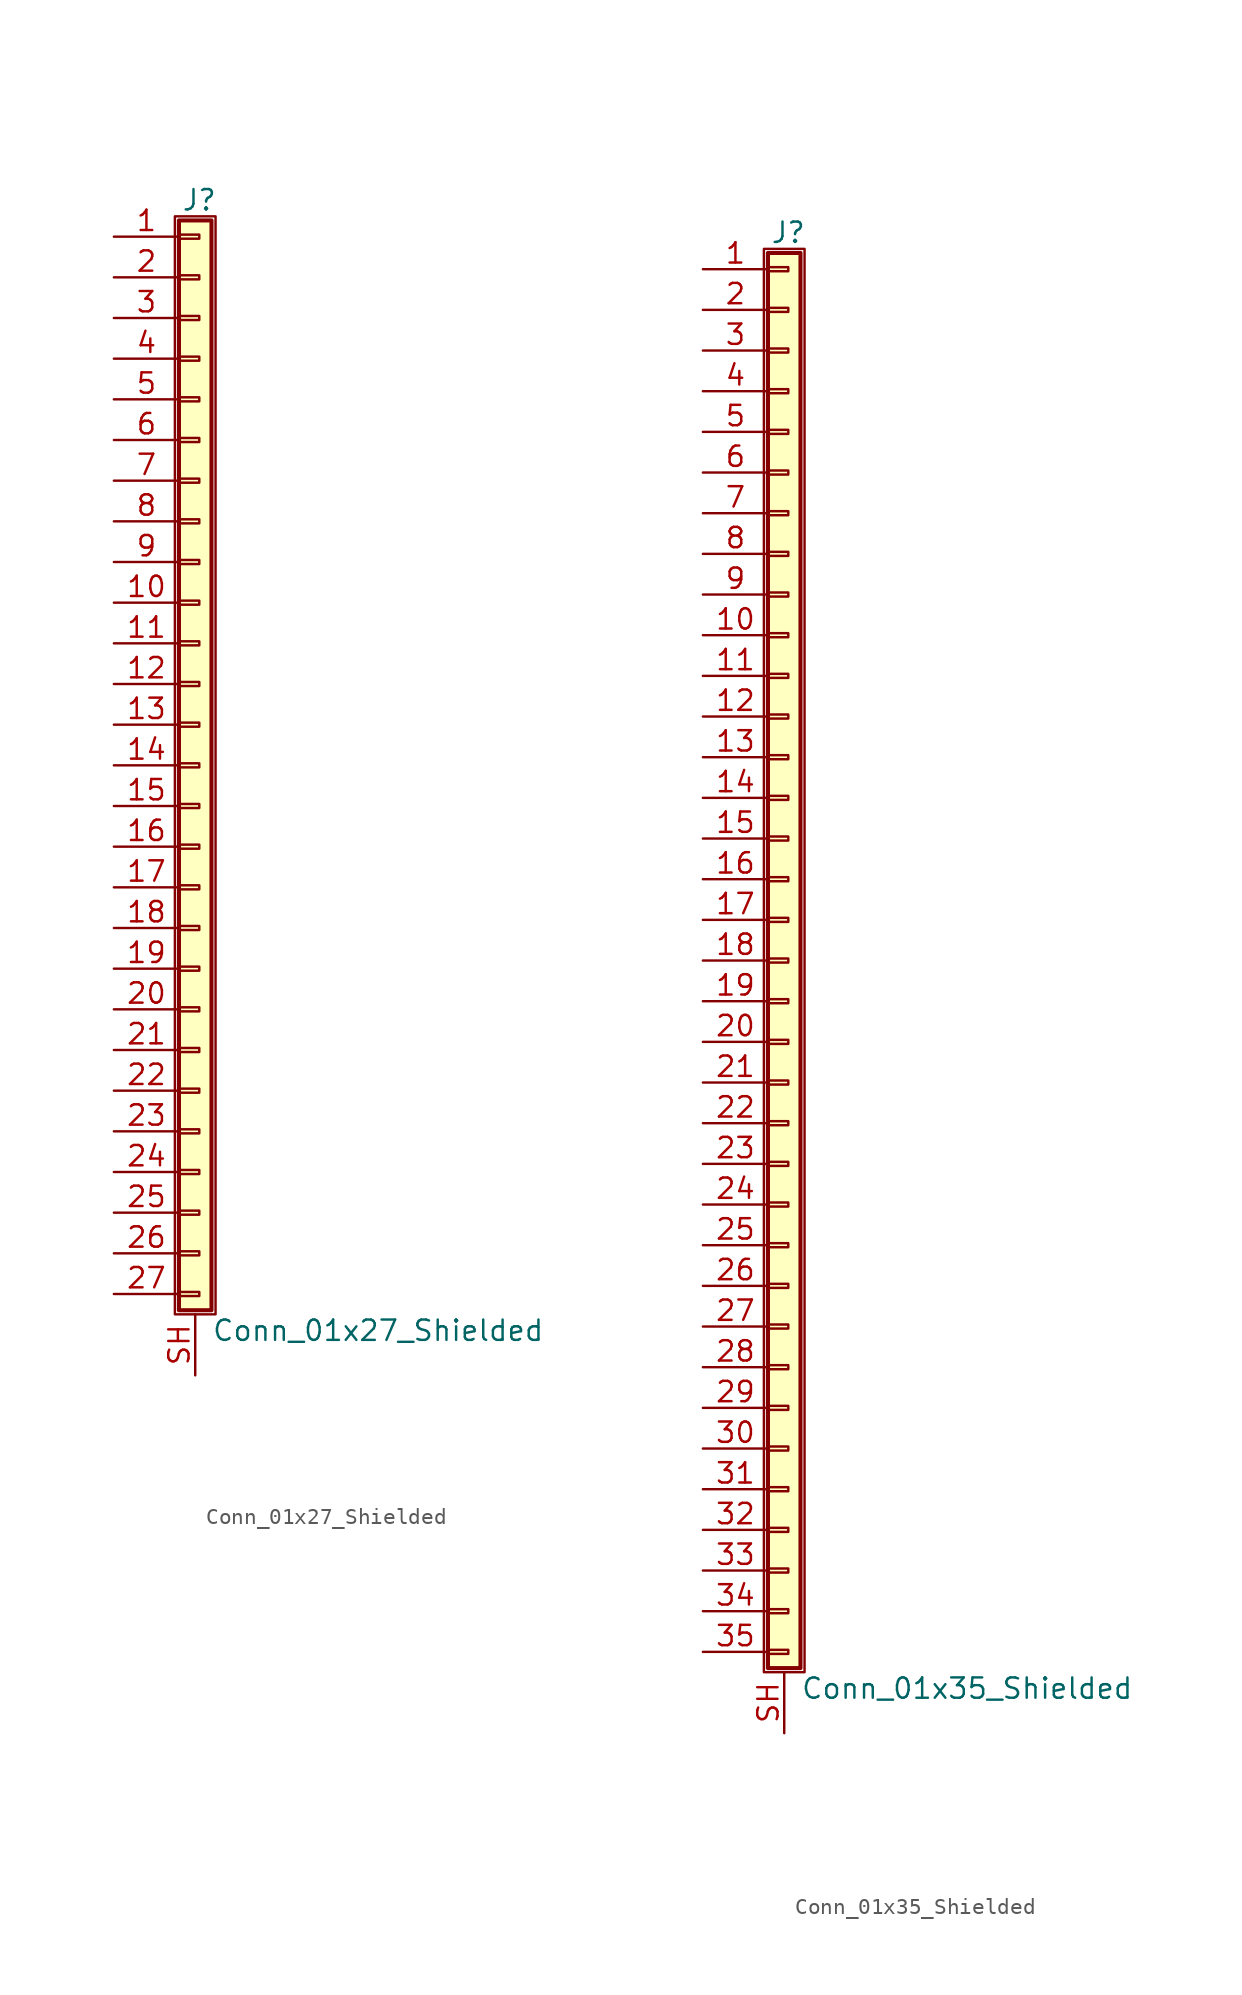
<source format=kicad_sym>
(kicad_symbol_lib
  (version 20211014)
  (generator kicad_symbol_editor)
  (symbol "Conn_01x27_Shielded"
    (pin_names
      (offset 1.016) hide)
    (property "Reference" "J"
      (at 0.254 35.306 0)
      (effects (font (size 1.27 1.27))))
    (property "Value" "Conn_01x27_Shielded"
      (at 1.016 -35.306 0)
      (effects (font (size 1.27 1.27)) (justify left)))
    (symbol "Conn_01x27_Shielded_1_1"
      (rectangle (start -1.27 34.29) (end 1.27 -34.29) (stroke (width 0.152) (type default) (color 0 0 0 0)) (fill (type none)))
      (rectangle (start -1.016 -32.893) (end 0.254 -33.147) (stroke (width 0.152) (type default) (color 0 0 0 0)) (fill (type none)))
      (rectangle (start -1.016 -30.353) (end 0.254 -30.607) (stroke (width 0.152) (type default) (color 0 0 0 0)) (fill (type none)))
      (rectangle (start -1.016 -27.813) (end 0.254 -28.067) (stroke (width 0.152) (type default) (color 0 0 0 0)) (fill (type none)))
      (rectangle (start -1.016 -25.273) (end 0.254 -25.527) (stroke (width 0.152) (type default) (color 0 0 0 0)) (fill (type none)))
      (rectangle (start -1.016 -22.733) (end 0.254 -22.987) (stroke (width 0.152) (type default) (color 0 0 0 0)) (fill (type none)))
      (rectangle (start -1.016 -20.193) (end 0.254 -20.447) (stroke (width 0.152) (type default) (color 0 0 0 0)) (fill (type none)))
      (rectangle (start -1.016 -17.653) (end 0.254 -17.907) (stroke (width 0.152) (type default) (color 0 0 0 0)) (fill (type none)))
      (rectangle (start -1.016 -15.113) (end 0.254 -15.367) (stroke (width 0.152) (type default) (color 0 0 0 0)) (fill (type none)))
      (rectangle (start -1.016 -12.573) (end 0.254 -12.827) (stroke (width 0.152) (type default) (color 0 0 0 0)) (fill (type none)))
      (rectangle (start -1.016 -10.033) (end 0.254 -10.287) (stroke (width 0.152) (type default) (color 0 0 0 0)) (fill (type none)))
      (rectangle (start -1.016 -7.493) (end 0.254 -7.747) (stroke (width 0.152) (type default) (color 0 0 0 0)) (fill (type none)))
      (rectangle (start -1.016 -4.953) (end 0.254 -5.207) (stroke (width 0.152) (type default) (color 0 0 0 0)) (fill (type none)))
      (rectangle (start -1.016 -2.413) (end 0.254 -2.667) (stroke (width 0.152) (type default) (color 0 0 0 0)) (fill (type none)))
      (rectangle (start -1.016 0.127) (end 0.254 -0.127) (stroke (width 0.152) (type default) (color 0 0 0 0)) (fill (type none)))
      (rectangle (start -1.016 2.667) (end 0.254 2.413) (stroke (width 0.152) (type default) (color 0 0 0 0)) (fill (type none)))
      (rectangle (start -1.016 5.207) (end 0.254 4.953) (stroke (width 0.152) (type default) (color 0 0 0 0)) (fill (type none)))
      (rectangle (start -1.016 7.747) (end 0.254 7.493) (stroke (width 0.152) (type default) (color 0 0 0 0)) (fill (type none)))
      (rectangle (start -1.016 10.287) (end 0.254 10.033) (stroke (width 0.152) (type default) (color 0 0 0 0)) (fill (type none)))
      (rectangle (start -1.016 12.827) (end 0.254 12.573) (stroke (width 0.152) (type default) (color 0 0 0 0)) (fill (type none)))
      (rectangle (start -1.016 15.367) (end 0.254 15.113) (stroke (width 0.152) (type default) (color 0 0 0 0)) (fill (type none)))
      (rectangle (start -1.016 17.907) (end 0.254 17.653) (stroke (width 0.152) (type default) (color 0 0 0 0)) (fill (type none)))
      (rectangle (start -1.016 20.447) (end 0.254 20.193) (stroke (width 0.152) (type default) (color 0 0 0 0)) (fill (type none)))
      (rectangle (start -1.016 22.987) (end 0.254 22.733) (stroke (width 0.152) (type default) (color 0 0 0 0)) (fill (type none)))
      (rectangle (start -1.016 25.527) (end 0.254 25.273) (stroke (width 0.152) (type default) (color 0 0 0 0)) (fill (type none)))
      (rectangle (start -1.016 28.067) (end 0.254 27.813) (stroke (width 0.152) (type default) (color 0 0 0 0)) (fill (type none)))
      (rectangle (start -1.016 30.607) (end 0.254 30.353) (stroke (width 0.152) (type default) (color 0 0 0 0)) (fill (type none)))
      (rectangle (start -1.016 33.147) (end 0.254 32.893) (stroke (width 0.152) (type default) (color 0 0 0 0)) (fill (type none)))
      (rectangle (start -1.016 34.036) (end 1.016 -34.036) (stroke (width 0.254) (type default) (color 0 0 0 0)) (fill (type background)))
      (pin passive line (at -5.08 33.02 0) (length 4.064) (name "Pin_1" (effects (font (size 1.27 1.27)))) (number "1" (effects (font (size 1.27 1.27)))))
      (pin passive line (at -5.08 10.16 0) (length 4.064) (name "Pin_10" (effects (font (size 1.27 1.27)))) (number "10" (effects (font (size 1.27 1.27)))))
      (pin passive line (at -5.08 7.62 0) (length 4.064) (name "Pin_11" (effects (font (size 1.27 1.27)))) (number "11" (effects (font (size 1.27 1.27)))))
      (pin passive line (at -5.08 5.08 0) (length 4.064) (name "Pin_12" (effects (font (size 1.27 1.27)))) (number "12" (effects (font (size 1.27 1.27)))))
      (pin passive line (at -5.08 2.54 0) (length 4.064) (name "Pin_13" (effects (font (size 1.27 1.27)))) (number "13" (effects (font (size 1.27 1.27)))))
      (pin passive line (at -5.08 0 0) (length 4.064) (name "Pin_14" (effects (font (size 1.27 1.27)))) (number "14" (effects (font (size 1.27 1.27)))))
      (pin passive line (at -5.08 -2.54 0) (length 4.064) (name "Pin_15" (effects (font (size 1.27 1.27)))) (number "15" (effects (font (size 1.27 1.27)))))
      (pin passive line (at -5.08 -5.08 0) (length 4.064) (name "Pin_16" (effects (font (size 1.27 1.27)))) (number "16" (effects (font (size 1.27 1.27)))))
      (pin passive line (at -5.08 -7.62 0) (length 4.064) (name "Pin_17" (effects (font (size 1.27 1.27)))) (number "17" (effects (font (size 1.27 1.27)))))
      (pin passive line (at -5.08 -10.16 0) (length 4.064) (name "Pin_18" (effects (font (size 1.27 1.27)))) (number "18" (effects (font (size 1.27 1.27)))))
      (pin passive line (at -5.08 -12.7 0) (length 4.064) (name "Pin_19" (effects (font (size 1.27 1.27)))) (number "19" (effects (font (size 1.27 1.27)))))
      (pin passive line (at -5.08 30.48 0) (length 4.064) (name "Pin_2" (effects (font (size 1.27 1.27)))) (number "2" (effects (font (size 1.27 1.27)))))
      (pin passive line (at -5.08 -15.24 0) (length 4.064) (name "Pin_20" (effects (font (size 1.27 1.27)))) (number "20" (effects (font (size 1.27 1.27)))))
      (pin passive line (at -5.08 -17.78 0) (length 4.064) (name "Pin_21" (effects (font (size 1.27 1.27)))) (number "21" (effects (font (size 1.27 1.27)))))
      (pin passive line (at -5.08 -20.32 0) (length 4.064) (name "Pin_22" (effects (font (size 1.27 1.27)))) (number "22" (effects (font (size 1.27 1.27)))))
      (pin passive line (at -5.08 -22.86 0) (length 4.064) (name "Pin_23" (effects (font (size 1.27 1.27)))) (number "23" (effects (font (size 1.27 1.27)))))
      (pin passive line (at -5.08 -25.4 0) (length 4.064) (name "Pin_24" (effects (font (size 1.27 1.27)))) (number "24" (effects (font (size 1.27 1.27)))))
      (pin passive line (at -5.08 -27.94 0) (length 4.064) (name "Pin_25" (effects (font (size 1.27 1.27)))) (number "25" (effects (font (size 1.27 1.27)))))
      (pin passive line (at -5.08 -30.48 0) (length 4.064) (name "Pin_26" (effects (font (size 1.27 1.27)))) (number "26" (effects (font (size 1.27 1.27)))))
      (pin passive line (at -5.08 -33.02 0) (length 4.064) (name "Pin_27" (effects (font (size 1.27 1.27)))) (number "27" (effects (font (size 1.27 1.27)))))
      (pin passive line (at -5.08 27.94 0) (length 4.064) (name "Pin_3" (effects (font (size 1.27 1.27)))) (number "3" (effects (font (size 1.27 1.27)))))
      (pin passive line (at -5.08 25.4 0) (length 4.064) (name "Pin_4" (effects (font (size 1.27 1.27)))) (number "4" (effects (font (size 1.27 1.27)))))
      (pin passive line (at -5.08 22.86 0) (length 4.064) (name "Pin_5" (effects (font (size 1.27 1.27)))) (number "5" (effects (font (size 1.27 1.27)))))
      (pin passive line (at -5.08 20.32 0) (length 4.064) (name "Pin_6" (effects (font (size 1.27 1.27)))) (number "6" (effects (font (size 1.27 1.27)))))
      (pin passive line (at -5.08 17.78 0) (length 4.064) (name "Pin_7" (effects (font (size 1.27 1.27)))) (number "7" (effects (font (size 1.27 1.27)))))
      (pin passive line (at -5.08 15.24 0) (length 4.064) (name "Pin_8" (effects (font (size 1.27 1.27)))) (number "8" (effects (font (size 1.27 1.27)))))
      (pin passive line (at -5.08 12.7 0) (length 4.064) (name "Pin_9" (effects (font (size 1.27 1.27)))) (number "9" (effects (font (size 1.27 1.27)))))
      (pin passive line (at 0 -38.1 90) (length 3.81) (name "Shield" (effects (font (size 1.27 1.27)))) (number "SH" (effects (font (size 1.27 1.27)))))))
  (symbol "Conn_01x35_Shielded"
    (pin_names
      (offset 1.016) hide)
    (property "Reference" "J"
      (at 0.254 45.466 0)
      (effects (font (size 1.27 1.27))))
    (property "Value" "Conn_01x35_Shielded"
      (at 1.016 -45.466 0)
      (effects (font (size 1.27 1.27)) (justify left)))
    (symbol "Conn_01x35_Shielded_1_1"
      (rectangle (start -1.27 44.45) (end 1.27 -44.45) (stroke (width 0.152) (type default) (color 0 0 0 0)) (fill (type none)))
      (rectangle (start -1.016 -43.053) (end 0.254 -43.307) (stroke (width 0.152) (type default) (color 0 0 0 0)) (fill (type none)))
      (rectangle (start -1.016 -40.513) (end 0.254 -40.767) (stroke (width 0.152) (type default) (color 0 0 0 0)) (fill (type none)))
      (rectangle (start -1.016 -37.973) (end 0.254 -38.227) (stroke (width 0.152) (type default) (color 0 0 0 0)) (fill (type none)))
      (rectangle (start -1.016 -35.433) (end 0.254 -35.687) (stroke (width 0.152) (type default) (color 0 0 0 0)) (fill (type none)))
      (rectangle (start -1.016 -32.893) (end 0.254 -33.147) (stroke (width 0.152) (type default) (color 0 0 0 0)) (fill (type none)))
      (rectangle (start -1.016 -30.353) (end 0.254 -30.607) (stroke (width 0.152) (type default) (color 0 0 0 0)) (fill (type none)))
      (rectangle (start -1.016 -27.813) (end 0.254 -28.067) (stroke (width 0.152) (type default) (color 0 0 0 0)) (fill (type none)))
      (rectangle (start -1.016 -25.273) (end 0.254 -25.527) (stroke (width 0.152) (type default) (color 0 0 0 0)) (fill (type none)))
      (rectangle (start -1.016 -22.733) (end 0.254 -22.987) (stroke (width 0.152) (type default) (color 0 0 0 0)) (fill (type none)))
      (rectangle (start -1.016 -20.193) (end 0.254 -20.447) (stroke (width 0.152) (type default) (color 0 0 0 0)) (fill (type none)))
      (rectangle (start -1.016 -17.653) (end 0.254 -17.907) (stroke (width 0.152) (type default) (color 0 0 0 0)) (fill (type none)))
      (rectangle (start -1.016 -15.113) (end 0.254 -15.367) (stroke (width 0.152) (type default) (color 0 0 0 0)) (fill (type none)))
      (rectangle (start -1.016 -12.573) (end 0.254 -12.827) (stroke (width 0.152) (type default) (color 0 0 0 0)) (fill (type none)))
      (rectangle (start -1.016 -10.033) (end 0.254 -10.287) (stroke (width 0.152) (type default) (color 0 0 0 0)) (fill (type none)))
      (rectangle (start -1.016 -7.493) (end 0.254 -7.747) (stroke (width 0.152) (type default) (color 0 0 0 0)) (fill (type none)))
      (rectangle (start -1.016 -4.953) (end 0.254 -5.207) (stroke (width 0.152) (type default) (color 0 0 0 0)) (fill (type none)))
      (rectangle (start -1.016 -2.413) (end 0.254 -2.667) (stroke (width 0.152) (type default) (color 0 0 0 0)) (fill (type none)))
      (rectangle (start -1.016 0.127) (end 0.254 -0.127) (stroke (width 0.152) (type default) (color 0 0 0 0)) (fill (type none)))
      (rectangle (start -1.016 2.667) (end 0.254 2.413) (stroke (width 0.152) (type default) (color 0 0 0 0)) (fill (type none)))
      (rectangle (start -1.016 5.207) (end 0.254 4.953) (stroke (width 0.152) (type default) (color 0 0 0 0)) (fill (type none)))
      (rectangle (start -1.016 7.747) (end 0.254 7.493) (stroke (width 0.152) (type default) (color 0 0 0 0)) (fill (type none)))
      (rectangle (start -1.016 10.287) (end 0.254 10.033) (stroke (width 0.152) (type default) (color 0 0 0 0)) (fill (type none)))
      (rectangle (start -1.016 12.827) (end 0.254 12.573) (stroke (width 0.152) (type default) (color 0 0 0 0)) (fill (type none)))
      (rectangle (start -1.016 15.367) (end 0.254 15.113) (stroke (width 0.152) (type default) (color 0 0 0 0)) (fill (type none)))
      (rectangle (start -1.016 17.907) (end 0.254 17.653) (stroke (width 0.152) (type default) (color 0 0 0 0)) (fill (type none)))
      (rectangle (start -1.016 20.447) (end 0.254 20.193) (stroke (width 0.152) (type default) (color 0 0 0 0)) (fill (type none)))
      (rectangle (start -1.016 22.987) (end 0.254 22.733) (stroke (width 0.152) (type default) (color 0 0 0 0)) (fill (type none)))
      (rectangle (start -1.016 25.527) (end 0.254 25.273) (stroke (width 0.152) (type default) (color 0 0 0 0)) (fill (type none)))
      (rectangle (start -1.016 28.067) (end 0.254 27.813) (stroke (width 0.152) (type default) (color 0 0 0 0)) (fill (type none)))
      (rectangle (start -1.016 30.607) (end 0.254 30.353) (stroke (width 0.152) (type default) (color 0 0 0 0)) (fill (type none)))
      (rectangle (start -1.016 33.147) (end 0.254 32.893) (stroke (width 0.152) (type default) (color 0 0 0 0)) (fill (type none)))
      (rectangle (start -1.016 35.687) (end 0.254 35.433) (stroke (width 0.152) (type default) (color 0 0 0 0)) (fill (type none)))
      (rectangle (start -1.016 38.227) (end 0.254 37.973) (stroke (width 0.152) (type default) (color 0 0 0 0)) (fill (type none)))
      (rectangle (start -1.016 40.767) (end 0.254 40.513) (stroke (width 0.152) (type default) (color 0 0 0 0)) (fill (type none)))
      (rectangle (start -1.016 43.307) (end 0.254 43.053) (stroke (width 0.152) (type default) (color 0 0 0 0)) (fill (type none)))
      (rectangle (start -1.016 44.196) (end 1.016 -44.196) (stroke (width 0.254) (type default) (color 0 0 0 0)) (fill (type background)))
      (pin passive line (at -5.08 43.18 0) (length 4.064) (name "Pin_1" (effects (font (size 1.27 1.27)))) (number "1" (effects (font (size 1.27 1.27)))))
      (pin passive line (at -5.08 20.32 0) (length 4.064) (name "Pin_10" (effects (font (size 1.27 1.27)))) (number "10" (effects (font (size 1.27 1.27)))))
      (pin passive line (at -5.08 17.78 0) (length 4.064) (name "Pin_11" (effects (font (size 1.27 1.27)))) (number "11" (effects (font (size 1.27 1.27)))))
      (pin passive line (at -5.08 15.24 0) (length 4.064) (name "Pin_12" (effects (font (size 1.27 1.27)))) (number "12" (effects (font (size 1.27 1.27)))))
      (pin passive line (at -5.08 12.7 0) (length 4.064) (name "Pin_13" (effects (font (size 1.27 1.27)))) (number "13" (effects (font (size 1.27 1.27)))))
      (pin passive line (at -5.08 10.16 0) (length 4.064) (name "Pin_14" (effects (font (size 1.27 1.27)))) (number "14" (effects (font (size 1.27 1.27)))))
      (pin passive line (at -5.08 7.62 0) (length 4.064) (name "Pin_15" (effects (font (size 1.27 1.27)))) (number "15" (effects (font (size 1.27 1.27)))))
      (pin passive line (at -5.08 5.08 0) (length 4.064) (name "Pin_16" (effects (font (size 1.27 1.27)))) (number "16" (effects (font (size 1.27 1.27)))))
      (pin passive line (at -5.08 2.54 0) (length 4.064) (name "Pin_17" (effects (font (size 1.27 1.27)))) (number "17" (effects (font (size 1.27 1.27)))))
      (pin passive line (at -5.08 0 0) (length 4.064) (name "Pin_18" (effects (font (size 1.27 1.27)))) (number "18" (effects (font (size 1.27 1.27)))))
      (pin passive line (at -5.08 -2.54 0) (length 4.064) (name "Pin_19" (effects (font (size 1.27 1.27)))) (number "19" (effects (font (size 1.27 1.27)))))
      (pin passive line (at -5.08 40.64 0) (length 4.064) (name "Pin_2" (effects (font (size 1.27 1.27)))) (number "2" (effects (font (size 1.27 1.27)))))
      (pin passive line (at -5.08 -5.08 0) (length 4.064) (name "Pin_20" (effects (font (size 1.27 1.27)))) (number "20" (effects (font (size 1.27 1.27)))))
      (pin passive line (at -5.08 -7.62 0) (length 4.064) (name "Pin_21" (effects (font (size 1.27 1.27)))) (number "21" (effects (font (size 1.27 1.27)))))
      (pin passive line (at -5.08 -10.16 0) (length 4.064) (name "Pin_22" (effects (font (size 1.27 1.27)))) (number "22" (effects (font (size 1.27 1.27)))))
      (pin passive line (at -5.08 -12.7 0) (length 4.064) (name "Pin_23" (effects (font (size 1.27 1.27)))) (number "23" (effects (font (size 1.27 1.27)))))
      (pin passive line (at -5.08 -15.24 0) (length 4.064) (name "Pin_24" (effects (font (size 1.27 1.27)))) (number "24" (effects (font (size 1.27 1.27)))))
      (pin passive line (at -5.08 -17.78 0) (length 4.064) (name "Pin_25" (effects (font (size 1.27 1.27)))) (number "25" (effects (font (size 1.27 1.27)))))
      (pin passive line (at -5.08 -20.32 0) (length 4.064) (name "Pin_26" (effects (font (size 1.27 1.27)))) (number "26" (effects (font (size 1.27 1.27)))))
      (pin passive line (at -5.08 -22.86 0) (length 4.064) (name "Pin_27" (effects (font (size 1.27 1.27)))) (number "27" (effects (font (size 1.27 1.27)))))
      (pin passive line (at -5.08 -25.4 0) (length 4.064) (name "Pin_28" (effects (font (size 1.27 1.27)))) (number "28" (effects (font (size 1.27 1.27)))))
      (pin passive line (at -5.08 -27.94 0) (length 4.064) (name "Pin_29" (effects (font (size 1.27 1.27)))) (number "29" (effects (font (size 1.27 1.27)))))
      (pin passive line (at -5.08 38.1 0) (length 4.064) (name "Pin_3" (effects (font (size 1.27 1.27)))) (number "3" (effects (font (size 1.27 1.27)))))
      (pin passive line (at -5.08 -30.48 0) (length 4.064) (name "Pin_30" (effects (font (size 1.27 1.27)))) (number "30" (effects (font (size 1.27 1.27)))))
      (pin passive line (at -5.08 -33.02 0) (length 4.064) (name "Pin_31" (effects (font (size 1.27 1.27)))) (number "31" (effects (font (size 1.27 1.27)))))
      (pin passive line (at -5.08 -35.56 0) (length 4.064) (name "Pin_32" (effects (font (size 1.27 1.27)))) (number "32" (effects (font (size 1.27 1.27)))))
      (pin passive line (at -5.08 -38.1 0) (length 4.064) (name "Pin_33" (effects (font (size 1.27 1.27)))) (number "33" (effects (font (size 1.27 1.27)))))
      (pin passive line (at -5.08 -40.64 0) (length 4.064) (name "Pin_34" (effects (font (size 1.27 1.27)))) (number "34" (effects (font (size 1.27 1.27)))))
      (pin passive line (at -5.08 -43.18 0) (length 4.064) (name "Pin_35" (effects (font (size 1.27 1.27)))) (number "35" (effects (font (size 1.27 1.27)))))
      (pin passive line (at -5.08 35.56 0) (length 4.064) (name "Pin_4" (effects (font (size 1.27 1.27)))) (number "4" (effects (font (size 1.27 1.27)))))
      (pin passive line (at -5.08 33.02 0) (length 4.064) (name "Pin_5" (effects (font (size 1.27 1.27)))) (number "5" (effects (font (size 1.27 1.27)))))
      (pin passive line (at -5.08 30.48 0) (length 4.064) (name "Pin_6" (effects (font (size 1.27 1.27)))) (number "6" (effects (font (size 1.27 1.27)))))
      (pin passive line (at -5.08 27.94 0) (length 4.064) (name "Pin_7" (effects (font (size 1.27 1.27)))) (number "7" (effects (font (size 1.27 1.27)))))
      (pin passive line (at -5.08 25.4 0) (length 4.064) (name "Pin_8" (effects (font (size 1.27 1.27)))) (number "8" (effects (font (size 1.27 1.27)))))
      (pin passive line (at -5.08 22.86 0) (length 4.064) (name "Pin_9" (effects (font (size 1.27 1.27)))) (number "9" (effects (font (size 1.27 1.27)))))
      (pin passive line (at 0 -48.26 90) (length 3.81) (name "Shield" (effects (font (size 1.27 1.27)))) (number "SH" (effects (font (size 1.27 1.27))))))))
</source>
